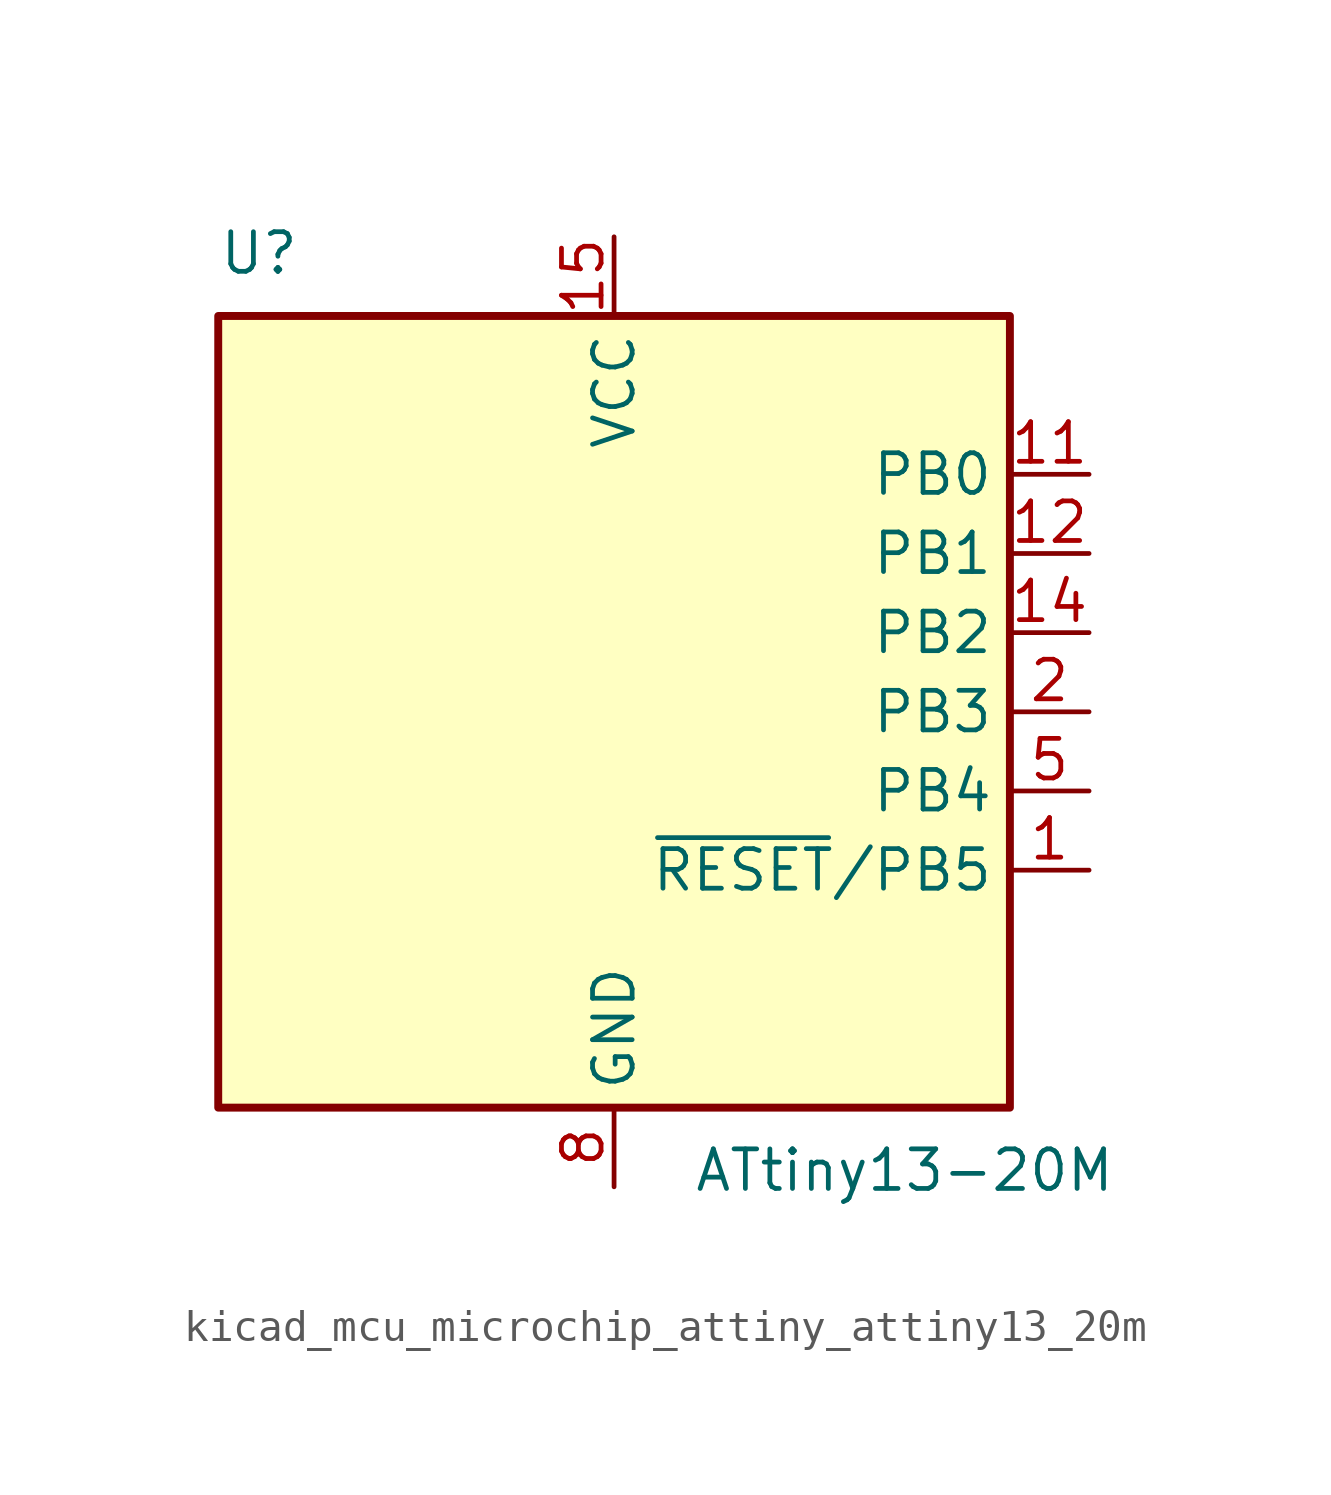
<source format=kicad_sym>
(kicad_symbol_lib
  (version 20220914)
  (generator kicad_symbol_editor)
  (symbol "kicad_mcu_microchip_attiny_attiny13_20m"
    (property "Reference" "U"
      (at -12.7 13.97 0)
      (effects (font (size 1.27 1.27)) (justify left bottom)))
    (property "Value" "ATtiny13-20M"
      (at 2.54 -13.97 0)
      (effects (font (size 1.27 1.27)) (justify left top)))
    (symbol "kicad_mcu_microchip_attiny_attiny13_20m_0_1"
      (rectangle (start -12.7 -12.7) (end 12.7 12.7) (stroke (width 0.254) (type default)) (fill (type background))))
    (symbol "kicad_mcu_microchip_attiny_attiny13_20m_1_1"
      (pin bidirectional line (at 15.24 -5.08 180) (length 2.54) (name "~{RESET}/PB5" (effects (font (size 1.27 1.27)))) (number "1" (effects (font (size 1.27 1.27)))))
      (pin no_connect line (at -12.7 -2.54 0) (length 2.54) hide (name "NC" (effects (font (size 1.27 1.27)))) (number "10" (effects (font (size 1.27 1.27)))))
      (pin bidirectional line (at 15.24 7.62 180) (length 2.54) (name "PB0" (effects (font (size 1.27 1.27)))) (number "11" (effects (font (size 1.27 1.27)))))
      (pin bidirectional line (at 15.24 5.08 180) (length 2.54) (name "PB1" (effects (font (size 1.27 1.27)))) (number "12" (effects (font (size 1.27 1.27)))))
      (pin no_connect line (at -12.7 -5.08 0) (length 2.54) hide (name "NC" (effects (font (size 1.27 1.27)))) (number "13" (effects (font (size 1.27 1.27)))))
      (pin bidirectional line (at 15.24 2.54 180) (length 2.54) (name "PB2" (effects (font (size 1.27 1.27)))) (number "14" (effects (font (size 1.27 1.27)))))
      (pin power_in line (at 0 15.24 270) (length 2.54) (name "VCC" (effects (font (size 1.27 1.27)))) (number "15" (effects (font (size 1.27 1.27)))))
      (pin no_connect line (at -12.7 -7.62 0) (length 2.54) hide (name "NC" (effects (font (size 1.27 1.27)))) (number "16" (effects (font (size 1.27 1.27)))))
      (pin no_connect line (at -12.7 -10.16 0) (length 2.54) hide (name "NC" (effects (font (size 1.27 1.27)))) (number "17" (effects (font (size 1.27 1.27)))))
      (pin no_connect line (at -7.62 -12.7 90) (length 2.54) hide (name "NC" (effects (font (size 1.27 1.27)))) (number "18" (effects (font (size 1.27 1.27)))))
      (pin no_connect line (at -5.08 -12.7 90) (length 2.54) hide (name "NC" (effects (font (size 1.27 1.27)))) (number "19" (effects (font (size 1.27 1.27)))))
      (pin bidirectional line (at 15.24 0 180) (length 2.54) (name "PB3" (effects (font (size 1.27 1.27)))) (number "2" (effects (font (size 1.27 1.27)))))
      (pin no_connect line (at -2.54 -12.7 90) (length 2.54) hide (name "NC" (effects (font (size 1.27 1.27)))) (number "20" (effects (font (size 1.27 1.27)))))
      (pin passive line (at 0 -15.24 90) (length 2.54) hide (name "GND" (effects (font (size 1.27 1.27)))) (number "21" (effects (font (size 1.27 1.27)))))
      (pin no_connect line (at -12.7 10.16 0) (length 2.54) hide (name "NC" (effects (font (size 1.27 1.27)))) (number "3" (effects (font (size 1.27 1.27)))))
      (pin no_connect line (at -12.7 7.62 0) (length 2.54) hide (name "NC" (effects (font (size 1.27 1.27)))) (number "4" (effects (font (size 1.27 1.27)))))
      (pin bidirectional line (at 15.24 -2.54 180) (length 2.54) (name "PB4" (effects (font (size 1.27 1.27)))) (number "5" (effects (font (size 1.27 1.27)))))
      (pin no_connect line (at -12.7 5.08 0) (length 2.54) hide (name "NC" (effects (font (size 1.27 1.27)))) (number "6" (effects (font (size 1.27 1.27)))))
      (pin no_connect line (at -12.7 2.54 0) (length 2.54) hide (name "NC" (effects (font (size 1.27 1.27)))) (number "7" (effects (font (size 1.27 1.27)))))
      (pin power_in line (at 0 -15.24 90) (length 2.54) (name "GND" (effects (font (size 1.27 1.27)))) (number "8" (effects (font (size 1.27 1.27)))))
      (pin no_connect line (at -12.7 0 0) (length 2.54) hide (name "NC" (effects (font (size 1.27 1.27)))) (number "9" (effects (font (size 1.27 1.27))))))))
</source>
